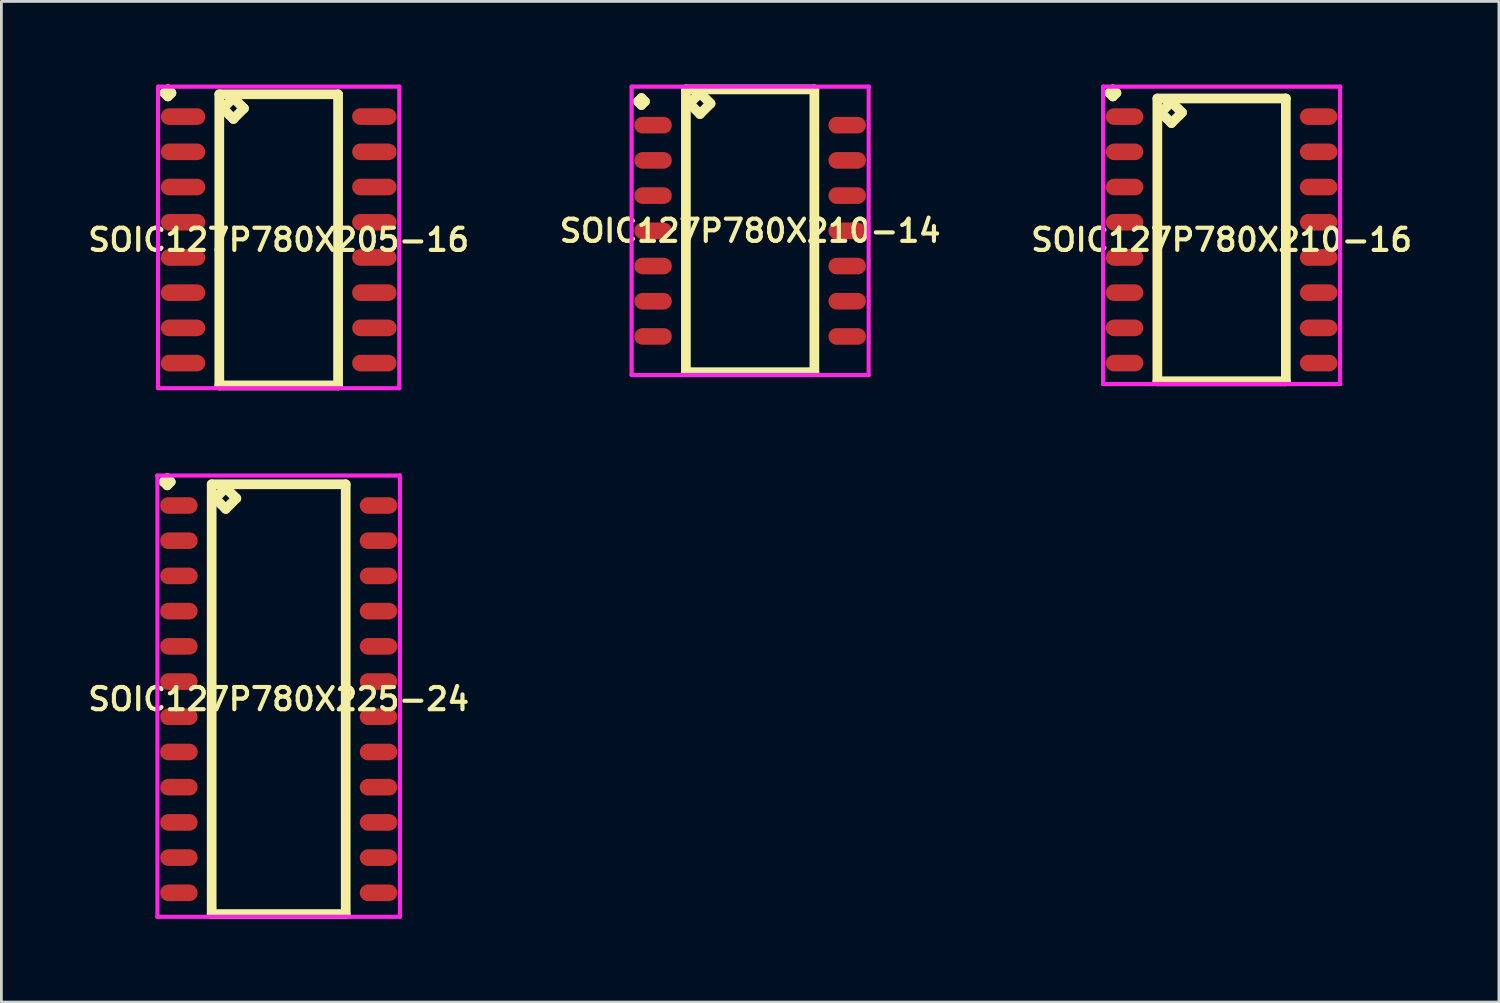
<source format=kicad_pcb>
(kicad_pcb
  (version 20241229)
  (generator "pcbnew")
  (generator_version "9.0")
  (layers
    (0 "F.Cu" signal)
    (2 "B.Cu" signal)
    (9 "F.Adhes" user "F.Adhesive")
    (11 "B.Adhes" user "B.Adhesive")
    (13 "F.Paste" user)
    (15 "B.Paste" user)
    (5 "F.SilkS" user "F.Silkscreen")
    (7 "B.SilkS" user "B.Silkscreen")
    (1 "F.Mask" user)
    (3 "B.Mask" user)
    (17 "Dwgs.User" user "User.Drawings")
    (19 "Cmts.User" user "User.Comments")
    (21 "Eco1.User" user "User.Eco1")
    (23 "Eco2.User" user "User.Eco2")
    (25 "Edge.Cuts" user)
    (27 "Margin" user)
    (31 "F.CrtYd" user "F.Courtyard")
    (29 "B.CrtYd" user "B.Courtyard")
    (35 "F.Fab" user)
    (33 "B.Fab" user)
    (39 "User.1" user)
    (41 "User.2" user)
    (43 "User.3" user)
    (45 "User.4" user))
  (footprint "SOIC127P780X210-16"
    (layer "F.Cu")
    (at 41.011 5.601)
    (property "Reference" "SOIC127P780X210-16" (at 0 0 0) (layer "F.SilkS") (effects (font (size 0.8 0.8) (thickness 0.15))))
    (attr smd)
    (fp_line (start -4.048 -5.299) (end -3.921 -5.426) (stroke (width 0.35) (type solid)) (layer "F.SilkS"))
    (fp_line (start -3.921 -5.426) (end -3.794 -5.299) (stroke (width 0.35) (type solid)) (layer "F.SilkS"))
    (fp_line (start -3.921 -5.172) (end -4.048 -5.299) (stroke (width 0.35) (type solid)) (layer "F.SilkS"))
    (fp_line (start -3.794 -5.299) (end -3.921 -5.172) (stroke (width 0.35) (type solid)) (layer "F.SilkS"))
    (fp_line (start -2.317 -5.1) (end -2.317 5.1) (stroke (width 0.35) (type solid)) (layer "F.SilkS"))
    (fp_line (start -2.317 5.1) (end 2.317 5.1) (stroke (width 0.35) (type solid)) (layer "F.SilkS"))
    (fp_line (start -2.19 -4.592) (end -1.809 -4.973) (stroke (width 0.35) (type solid)) (layer "F.SilkS"))
    (fp_line (start -1.809 -4.973) (end -1.428 -4.592) (stroke (width 0.35) (type solid)) (layer "F.SilkS"))
    (fp_line (start -1.809 -4.211) (end -2.19 -4.592) (stroke (width 0.35) (type solid)) (layer "F.SilkS"))
    (fp_line (start -1.428 -4.592) (end -1.809 -4.211) (stroke (width 0.35) (type solid)) (layer "F.SilkS"))
    (fp_line (start 2.317 -5.1) (end -2.317 -5.1) (stroke (width 0.35) (type solid)) (layer "F.SilkS"))
    (fp_line (start 2.317 5.1) (end 2.317 -5.1) (stroke (width 0.35) (type solid)) (layer "F.SilkS"))
    (fp_line (start -4.275 -5.526) (end 4.275 -5.526) (stroke (width 0.15) (type solid)) (layer "F.CrtYd"))
    (fp_line (start -4.275 5.2) (end -4.275 -5.526) (stroke (width 0.15) (type solid)) (layer "F.CrtYd"))
    (fp_line (start 4.275 -5.526) (end 4.275 5.2) (stroke (width 0.15) (type solid)) (layer "F.CrtYd"))
    (fp_line (start 4.275 5.2) (end -4.275 5.2) (stroke (width 0.15) (type solid)) (layer "F.CrtYd"))
    (pad "1" smd oval (at -3.5 -4.445) (size 1.35 0.6) (layers "F.Cu" "F.Mask" "F.Paste"))
    (pad "2" smd oval (at -3.5 -3.175) (size 1.35 0.6) (layers "F.Cu" "F.Mask" "F.Paste"))
    (pad "3" smd oval (at -3.5 -1.905) (size 1.35 0.6) (layers "F.Cu" "F.Mask" "F.Paste"))
    (pad "4" smd oval (at -3.5 -0.635) (size 1.35 0.6) (layers "F.Cu" "F.Mask" "F.Paste"))
    (pad "5" smd oval (at -3.5 0.635) (size 1.35 0.6) (layers "F.Cu" "F.Mask" "F.Paste"))
    (pad "6" smd oval (at -3.5 1.905) (size 1.35 0.6) (layers "F.Cu" "F.Mask" "F.Paste"))
    (pad "7" smd oval (at -3.5 3.175) (size 1.35 0.6) (layers "F.Cu" "F.Mask" "F.Paste"))
    (pad "8" smd oval (at -3.5 4.445) (size 1.35 0.6) (layers "F.Cu" "F.Mask" "F.Paste"))
    (pad "9" smd oval (at 3.5 4.445) (size 1.35 0.6) (layers "F.Cu" "F.Mask" "F.Paste"))
    (pad "10" smd oval (at 3.5 3.175) (size 1.35 0.6) (layers "F.Cu" "F.Mask" "F.Paste"))
    (pad "11" smd oval (at 3.5 1.905) (size 1.35 0.6) (layers "F.Cu" "F.Mask" "F.Paste"))
    (pad "12" smd oval (at 3.5 0.635) (size 1.35 0.6) (layers "F.Cu" "F.Mask" "F.Paste"))
    (pad "13" smd oval (at 3.5 -0.635) (size 1.35 0.6) (layers "F.Cu" "F.Mask" "F.Paste"))
    (pad "14" smd oval (at 3.5 -1.905) (size 1.35 0.6) (layers "F.Cu" "F.Mask" "F.Paste"))
    (pad "15" smd oval (at 3.5 -3.175) (size 1.35 0.6) (layers "F.Cu" "F.Mask" "F.Paste"))
    (pad "16" smd oval (at 3.5 -4.445) (size 1.35 0.6) (layers "F.Cu" "F.Mask" "F.Paste")))
  (footprint "SOIC127P780X210-14"
    (layer "F.Cu")
    (at 24.006 5.275)
    (property "Reference" "SOIC127P780X210-14" (at 0 0 0) (layer "F.SilkS") (effects (font (size 0.8 0.8) (thickness 0.15))))
    (attr through_hole)
    (fp_line (start -4.048 -4.664) (end -3.921 -4.791) (stroke (width 0.35) (type solid)) (layer "F.SilkS"))
    (fp_line (start -3.921 -4.791) (end -3.794 -4.664) (stroke (width 0.35) (type solid)) (layer "F.SilkS"))
    (fp_line (start -3.921 -4.537) (end -4.048 -4.664) (stroke (width 0.35) (type solid)) (layer "F.SilkS"))
    (fp_line (start -3.794 -4.664) (end -3.921 -4.537) (stroke (width 0.35) (type solid)) (layer "F.SilkS"))
    (fp_line (start -2.317 -5.1) (end -2.317 5.1) (stroke (width 0.35) (type solid)) (layer "F.SilkS"))
    (fp_line (start -2.317 5.1) (end 2.317 5.1) (stroke (width 0.35) (type solid)) (layer "F.SilkS"))
    (fp_line (start -2.19 -4.592) (end -1.809 -4.973) (stroke (width 0.35) (type solid)) (layer "F.SilkS"))
    (fp_line (start -1.809 -4.973) (end -1.428 -4.592) (stroke (width 0.35) (type solid)) (layer "F.SilkS"))
    (fp_line (start -1.809 -4.211) (end -2.19 -4.592) (stroke (width 0.35) (type solid)) (layer "F.SilkS"))
    (fp_line (start -1.428 -4.592) (end -1.809 -4.211) (stroke (width 0.35) (type solid)) (layer "F.SilkS"))
    (fp_line (start 2.317 -5.1) (end -2.317 -5.1) (stroke (width 0.35) (type solid)) (layer "F.SilkS"))
    (fp_line (start 2.317 5.1) (end 2.317 -5.1) (stroke (width 0.35) (type solid)) (layer "F.SilkS"))
    (fp_line (start -4.275 -5.2) (end 4.275 -5.2) (stroke (width 0.15) (type solid)) (layer "F.CrtYd"))
    (fp_line (start -4.275 5.2) (end -4.275 -5.2) (stroke (width 0.15) (type solid)) (layer "F.CrtYd"))
    (fp_line (start 4.275 -5.2) (end 4.275 5.2) (stroke (width 0.15) (type solid)) (layer "F.CrtYd"))
    (fp_line (start 4.275 5.2) (end -4.275 5.2) (stroke (width 0.15) (type solid)) (layer "F.CrtYd"))
    (pad "1" smd oval (at -3.5 -3.81) (size 1.35 0.6) (layers "F.Cu" "F.Mask" "F.Paste"))
    (pad "2" smd oval (at -3.5 -2.54) (size 1.35 0.6) (layers "F.Cu" "F.Mask" "F.Paste"))
    (pad "3" smd oval (at -3.5 -1.27) (size 1.35 0.6) (layers "F.Cu" "F.Mask" "F.Paste"))
    (pad "4" smd oval (at -3.5 0) (size 1.35 0.6) (layers "F.Cu" "F.Mask" "F.Paste"))
    (pad "5" smd oval (at -3.5 1.27) (size 1.35 0.6) (layers "F.Cu" "F.Mask" "F.Paste"))
    (pad "6" smd oval (at -3.5 2.54) (size 1.35 0.6) (layers "F.Cu" "F.Mask" "F.Paste"))
    (pad "7" smd oval (at -3.5 3.81) (size 1.35 0.6) (layers "F.Cu" "F.Mask" "F.Paste"))
    (pad "8" smd oval (at 3.5 3.81) (size 1.35 0.6) (layers "F.Cu" "F.Mask" "F.Paste"))
    (pad "9" smd oval (at 3.5 2.54) (size 1.35 0.6) (layers "F.Cu" "F.Mask" "F.Paste"))
    (pad "10" smd oval (at 3.5 1.27) (size 1.35 0.6) (layers "F.Cu" "F.Mask" "F.Paste"))
    (pad "11" smd oval (at 3.5 0) (size 1.35 0.6) (layers "F.Cu" "F.Mask" "F.Paste"))
    (pad "12" smd oval (at 3.5 -1.27) (size 1.35 0.6) (layers "F.Cu" "F.Mask" "F.Paste"))
    (pad "13" smd oval (at 3.5 -2.54) (size 1.35 0.6) (layers "F.Cu" "F.Mask" "F.Paste"))
    (pad "14" smd oval (at 3.5 -3.81) (size 1.35 0.6) (layers "F.Cu" "F.Mask" "F.Paste")))
  (footprint "SOIC127P780X225-24"
    (layer "F.Cu")
    (at 7.002 22.167)
    (property "Reference" "SOIC127P780X225-24" (at 0 0 0) (layer "F.SilkS") (effects (font (size 0.8 0.8) (thickness 0.15))))
    (attr smd)
    (fp_line (start -4.148 -7.839) (end -4.021 -7.966) (stroke (width 0.35) (type solid)) (layer "F.SilkS"))
    (fp_line (start -4.021 -7.966) (end -3.894 -7.839) (stroke (width 0.35) (type solid)) (layer "F.SilkS"))
    (fp_line (start -4.021 -7.712) (end -4.148 -7.839) (stroke (width 0.35) (type solid)) (layer "F.SilkS"))
    (fp_line (start -3.894 -7.839) (end -4.021 -7.712) (stroke (width 0.35) (type solid)) (layer "F.SilkS"))
    (fp_line (start -2.417 -7.75) (end -2.417 7.75) (stroke (width 0.35) (type solid)) (layer "F.SilkS"))
    (fp_line (start -2.417 7.75) (end 2.417 7.75) (stroke (width 0.35) (type solid)) (layer "F.SilkS"))
    (fp_line (start -2.29 -7.242) (end -1.909 -7.623) (stroke (width 0.35) (type solid)) (layer "F.SilkS"))
    (fp_line (start -1.909 -7.623) (end -1.528 -7.242) (stroke (width 0.35) (type solid)) (layer "F.SilkS"))
    (fp_line (start -1.909 -6.861) (end -2.29 -7.242) (stroke (width 0.35) (type solid)) (layer "F.SilkS"))
    (fp_line (start -1.528 -7.242) (end -1.909 -6.861) (stroke (width 0.35) (type solid)) (layer "F.SilkS"))
    (fp_line (start 2.417 -7.75) (end -2.417 -7.75) (stroke (width 0.35) (type solid)) (layer "F.SilkS"))
    (fp_line (start 2.417 7.75) (end 2.417 -7.75) (stroke (width 0.35) (type solid)) (layer "F.SilkS"))
    (fp_line (start -4.375 -8.066) (end 4.375 -8.066) (stroke (width 0.15) (type solid)) (layer "F.CrtYd"))
    (fp_line (start -4.375 7.85) (end -4.375 -8.066) (stroke (width 0.15) (type solid)) (layer "F.CrtYd"))
    (fp_line (start 4.375 -8.066) (end 4.375 7.85) (stroke (width 0.15) (type solid)) (layer "F.CrtYd"))
    (fp_line (start 4.375 7.85) (end -4.375 7.85) (stroke (width 0.15) (type solid)) (layer "F.CrtYd"))
    (pad "1" smd oval (at -3.6 -6.985) (size 1.35 0.6) (layers "F.Cu" "F.Mask" "F.Paste"))
    (pad "2" smd oval (at -3.6 -5.715) (size 1.35 0.6) (layers "F.Cu" "F.Mask" "F.Paste"))
    (pad "3" smd oval (at -3.6 -4.445) (size 1.35 0.6) (layers "F.Cu" "F.Mask" "F.Paste"))
    (pad "4" smd oval (at -3.6 -3.175) (size 1.35 0.6) (layers "F.Cu" "F.Mask" "F.Paste"))
    (pad "5" smd oval (at -3.6 -1.905) (size 1.35 0.6) (layers "F.Cu" "F.Mask" "F.Paste"))
    (pad "6" smd oval (at -3.6 -0.635) (size 1.35 0.6) (layers "F.Cu" "F.Mask" "F.Paste"))
    (pad "7" smd oval (at -3.6 0.635) (size 1.35 0.6) (layers "F.Cu" "F.Mask" "F.Paste"))
    (pad "8" smd oval (at -3.6 1.905) (size 1.35 0.6) (layers "F.Cu" "F.Mask" "F.Paste"))
    (pad "9" smd oval (at -3.6 3.175) (size 1.35 0.6) (layers "F.Cu" "F.Mask" "F.Paste"))
    (pad "10" smd oval (at -3.6 4.445) (size 1.35 0.6) (layers "F.Cu" "F.Mask" "F.Paste"))
    (pad "11" smd oval (at -3.6 5.715) (size 1.35 0.6) (layers "F.Cu" "F.Mask" "F.Paste"))
    (pad "12" smd oval (at -3.6 6.985) (size 1.35 0.6) (layers "F.Cu" "F.Mask" "F.Paste"))
    (pad "13" smd oval (at 3.6 6.985) (size 1.35 0.6) (layers "F.Cu" "F.Mask" "F.Paste"))
    (pad "14" smd oval (at 3.6 5.715) (size 1.35 0.6) (layers "F.Cu" "F.Mask" "F.Paste"))
    (pad "15" smd oval (at 3.6 4.445) (size 1.35 0.6) (layers "F.Cu" "F.Mask" "F.Paste"))
    (pad "16" smd oval (at 3.6 3.175) (size 1.35 0.6) (layers "F.Cu" "F.Mask" "F.Paste"))
    (pad "17" smd oval (at 3.6 1.905) (size 1.35 0.6) (layers "F.Cu" "F.Mask" "F.Paste"))
    (pad "18" smd oval (at 3.6 0.635) (size 1.35 0.6) (layers "F.Cu" "F.Mask" "F.Paste"))
    (pad "19" smd oval (at 3.6 -0.635) (size 1.35 0.6) (layers "F.Cu" "F.Mask" "F.Paste"))
    (pad "20" smd oval (at 3.6 -1.905) (size 1.35 0.6) (layers "F.Cu" "F.Mask" "F.Paste"))
    (pad "21" smd oval (at 3.6 -3.175) (size 1.35 0.6) (layers "F.Cu" "F.Mask" "F.Paste"))
    (pad "22" smd oval (at 3.6 -4.445) (size 1.35 0.6) (layers "F.Cu" "F.Mask" "F.Paste"))
    (pad "23" smd oval (at 3.6 -5.715) (size 1.35 0.6) (layers "F.Cu" "F.Mask" "F.Paste"))
    (pad "24" smd oval (at 3.6 -6.985) (size 1.35 0.6) (layers "F.Cu" "F.Mask" "F.Paste")))
  (footprint "SOIC127P780X205-16"
    (layer "F.Cu")
    (at 7.002 5.601)
    (property "Reference" "SOIC127P780X205-16" (at 0 0 0) (layer "F.SilkS") (effects (font (size 0.8 0.8) (thickness 0.15))))
    (attr through_hole)
    (fp_line (start -4.123 -5.299) (end -3.996 -5.426) (stroke (width 0.35) (type solid)) (layer "F.SilkS"))
    (fp_line (start -3.996 -5.426) (end -3.869 -5.299) (stroke (width 0.35) (type solid)) (layer "F.SilkS"))
    (fp_line (start -3.996 -5.172) (end -4.123 -5.299) (stroke (width 0.35) (type solid)) (layer "F.SilkS"))
    (fp_line (start -3.869 -5.299) (end -3.996 -5.172) (stroke (width 0.35) (type solid)) (layer "F.SilkS"))
    (fp_line (start -2.142 -5.25) (end -2.142 5.25) (stroke (width 0.35) (type solid)) (layer "F.SilkS"))
    (fp_line (start -2.142 5.25) (end 2.142 5.25) (stroke (width 0.35) (type solid)) (layer "F.SilkS"))
    (fp_line (start -2.015 -4.742) (end -1.634 -5.123) (stroke (width 0.35) (type solid)) (layer "F.SilkS"))
    (fp_line (start -1.634 -5.123) (end -1.253 -4.742) (stroke (width 0.35) (type solid)) (layer "F.SilkS"))
    (fp_line (start -1.634 -4.361) (end -2.015 -4.742) (stroke (width 0.35) (type solid)) (layer "F.SilkS"))
    (fp_line (start -1.253 -4.742) (end -1.634 -4.361) (stroke (width 0.35) (type solid)) (layer "F.SilkS"))
    (fp_line (start 2.142 -5.25) (end -2.142 -5.25) (stroke (width 0.35) (type solid)) (layer "F.SilkS"))
    (fp_line (start 2.142 5.25) (end 2.142 -5.25) (stroke (width 0.35) (type solid)) (layer "F.SilkS"))
    (fp_line (start -4.35 -5.526) (end 4.35 -5.526) (stroke (width 0.15) (type solid)) (layer "F.CrtYd"))
    (fp_line (start -4.35 5.35) (end -4.35 -5.526) (stroke (width 0.15) (type solid)) (layer "F.CrtYd"))
    (fp_line (start 4.35 -5.526) (end 4.35 5.35) (stroke (width 0.15) (type solid)) (layer "F.CrtYd"))
    (fp_line (start 4.35 5.35) (end -4.35 5.35) (stroke (width 0.15) (type solid)) (layer "F.CrtYd"))
    (pad "1" smd oval (at -3.45 -4.445) (size 1.6 0.6) (layers "F.Cu" "F.Mask" "F.Paste"))
    (pad "2" smd oval (at -3.45 -3.175) (size 1.6 0.6) (layers "F.Cu" "F.Mask" "F.Paste"))
    (pad "3" smd oval (at -3.45 -1.905) (size 1.6 0.6) (layers "F.Cu" "F.Mask" "F.Paste"))
    (pad "4" smd oval (at -3.45 -0.635) (size 1.6 0.6) (layers "F.Cu" "F.Mask" "F.Paste"))
    (pad "5" smd oval (at -3.45 0.635) (size 1.6 0.6) (layers "F.Cu" "F.Mask" "F.Paste"))
    (pad "6" smd oval (at -3.45 1.905) (size 1.6 0.6) (layers "F.Cu" "F.Mask" "F.Paste"))
    (pad "7" smd oval (at -3.45 3.175) (size 1.6 0.6) (layers "F.Cu" "F.Mask" "F.Paste"))
    (pad "8" smd oval (at -3.45 4.445) (size 1.6 0.6) (layers "F.Cu" "F.Mask" "F.Paste"))
    (pad "9" smd oval (at 3.45 4.445) (size 1.6 0.6) (layers "F.Cu" "F.Mask" "F.Paste"))
    (pad "10" smd oval (at 3.45 3.175) (size 1.6 0.6) (layers "F.Cu" "F.Mask" "F.Paste"))
    (pad "11" smd oval (at 3.45 1.905) (size 1.6 0.6) (layers "F.Cu" "F.Mask" "F.Paste"))
    (pad "12" smd oval (at 3.45 0.635) (size 1.6 0.6) (layers "F.Cu" "F.Mask" "F.Paste"))
    (pad "13" smd oval (at 3.45 -0.635) (size 1.6 0.6) (layers "F.Cu" "F.Mask" "F.Paste"))
    (pad "14" smd oval (at 3.45 -1.905) (size 1.6 0.6) (layers "F.Cu" "F.Mask" "F.Paste"))
    (pad "15" smd oval (at 3.45 -3.175) (size 1.6 0.6) (layers "F.Cu" "F.Mask" "F.Paste"))
    (pad "16" smd oval (at 3.45 -4.445) (size 1.6 0.6) (layers "F.Cu" "F.Mask" "F.Paste")))
  (gr_rect
    (start -3 -3)
    (end 51.013 33.092)
    (stroke (width 0.1) (type default))
    (fill no)
    (layer "Edge.Cuts")))
</source>
